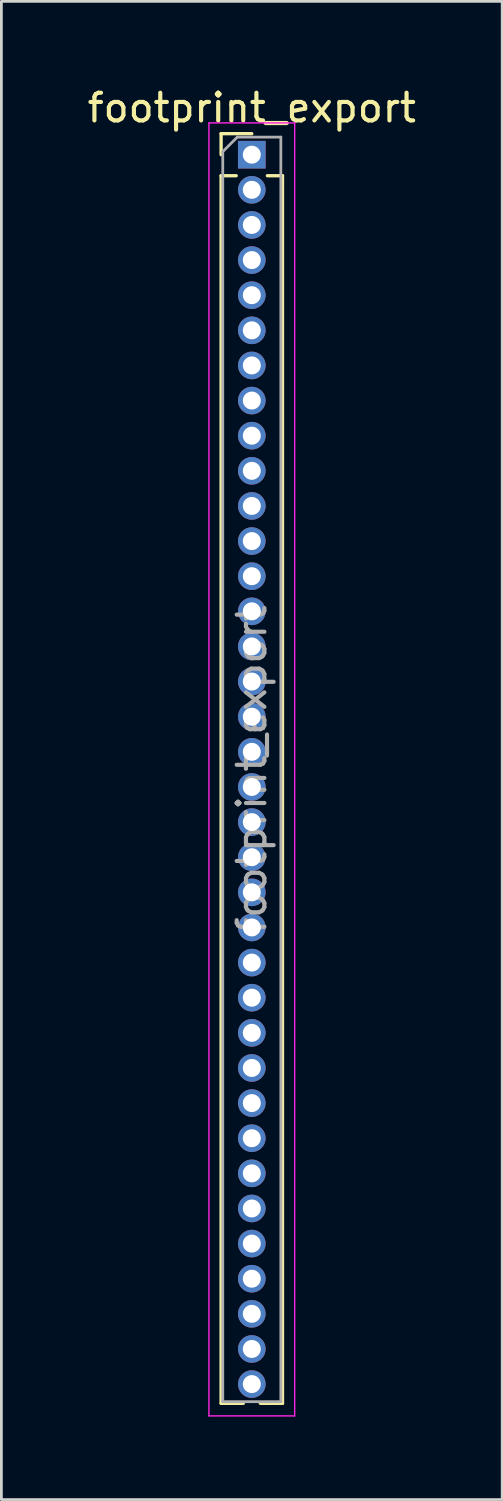
<source format=kicad_pcb>
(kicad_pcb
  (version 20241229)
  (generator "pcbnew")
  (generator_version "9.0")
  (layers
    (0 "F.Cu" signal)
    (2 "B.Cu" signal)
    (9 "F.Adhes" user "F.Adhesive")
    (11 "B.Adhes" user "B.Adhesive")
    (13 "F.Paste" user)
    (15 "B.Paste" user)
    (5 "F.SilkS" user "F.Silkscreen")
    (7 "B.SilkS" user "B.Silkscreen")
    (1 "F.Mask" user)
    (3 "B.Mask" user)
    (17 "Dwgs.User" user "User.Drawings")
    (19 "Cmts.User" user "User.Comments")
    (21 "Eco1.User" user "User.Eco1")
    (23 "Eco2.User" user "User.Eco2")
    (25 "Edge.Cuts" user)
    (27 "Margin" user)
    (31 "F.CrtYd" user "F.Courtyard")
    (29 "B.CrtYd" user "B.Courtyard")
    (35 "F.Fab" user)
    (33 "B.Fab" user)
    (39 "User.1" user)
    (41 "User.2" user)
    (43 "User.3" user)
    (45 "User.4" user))
  (footprint "footprint_export"
    (layer "F.Cu")
    (at 6.054 2.543)
    (property "Reference" "footprint_export" (at 0 -1.695 0) (layer "F.SilkS") (effects (font (size 1 1) (thickness 0.15))))
    (attr through_hole)
    (fp_line (start -1.11 -0.76) (end 0 -0.76) (stroke (width 0.12) (type solid)) (layer "F.SilkS"))
    (fp_line (start -1.11 0) (end -1.11 -0.76) (stroke (width 0.12) (type solid)) (layer "F.SilkS"))
    (fp_line (start -1.11 0.76) (end -1.11 45.145) (stroke (width 0.12) (type solid)) (layer "F.SilkS"))
    (fp_line (start -1.11 0.76) (end -0.563 0.76) (stroke (width 0.12) (type solid)) (layer "F.SilkS"))
    (fp_line (start -1.11 45.145) (end -0.308 45.145) (stroke (width 0.12) (type solid)) (layer "F.SilkS"))
    (fp_line (start 0.308 45.145) (end 1.11 45.145) (stroke (width 0.12) (type solid)) (layer "F.SilkS"))
    (fp_line (start 0.563 0.76) (end 1.11 0.76) (stroke (width 0.12) (type solid)) (layer "F.SilkS"))
    (fp_line (start 1.11 0.76) (end 1.11 45.145) (stroke (width 0.12) (type solid)) (layer "F.SilkS"))
    (fp_line (start -1.55 -1.15) (end -1.55 45.6) (stroke (width 0.05) (type solid)) (layer "F.CrtYd"))
    (fp_line (start -1.55 45.6) (end 1.55 45.6) (stroke (width 0.05) (type solid)) (layer "F.CrtYd"))
    (fp_line (start 1.55 -1.15) (end -1.55 -1.15) (stroke (width 0.05) (type solid)) (layer "F.CrtYd"))
    (fp_line (start 1.55 45.6) (end 1.55 -1.15) (stroke (width 0.05) (type solid)) (layer "F.CrtYd"))
    (fp_line (start -1.05 -0.11) (end -0.525 -0.635) (stroke (width 0.1) (type solid)) (layer "F.Fab"))
    (fp_line (start -1.05 45.085) (end -1.05 -0.11) (stroke (width 0.1) (type solid)) (layer "F.Fab"))
    (fp_line (start -0.525 -0.635) (end 1.05 -0.635) (stroke (width 0.1) (type solid)) (layer "F.Fab"))
    (fp_line (start 1.05 -0.635) (end 1.05 45.085) (stroke (width 0.1) (type solid)) (layer "F.Fab"))
    (fp_line (start 1.05 45.085) (end -1.05 45.085) (stroke (width 0.1) (type solid)) (layer "F.Fab"))
    (fp_text user "${REFERENCE}" (at 0 22.225 90) (layer "F.Fab") (effects (font (size 1 1) (thickness 0.15))))
    (pad "1" thru_hole rect (at 0 0) (size 1 1) (drill 0.65) (layers "*.Cu" "*.Mask"))
    (pad "2" thru_hole oval (at 0 1.27) (size 1 1) (drill 0.65) (layers "*.Cu" "*.Mask"))
    (pad "3" thru_hole oval (at 0 2.54) (size 1 1) (drill 0.65) (layers "*.Cu" "*.Mask"))
    (pad "4" thru_hole oval (at 0 3.81) (size 1 1) (drill 0.65) (layers "*.Cu" "*.Mask"))
    (pad "5" thru_hole oval (at 0 5.08) (size 1 1) (drill 0.65) (layers "*.Cu" "*.Mask"))
    (pad "6" thru_hole oval (at 0 6.35) (size 1 1) (drill 0.65) (layers "*.Cu" "*.Mask"))
    (pad "7" thru_hole oval (at 0 7.62) (size 1 1) (drill 0.65) (layers "*.Cu" "*.Mask"))
    (pad "8" thru_hole oval (at 0 8.89) (size 1 1) (drill 0.65) (layers "*.Cu" "*.Mask"))
    (pad "9" thru_hole oval (at 0 10.16) (size 1 1) (drill 0.65) (layers "*.Cu" "*.Mask"))
    (pad "10" thru_hole oval (at 0 11.43) (size 1 1) (drill 0.65) (layers "*.Cu" "*.Mask"))
    (pad "11" thru_hole oval (at 0 12.7) (size 1 1) (drill 0.65) (layers "*.Cu" "*.Mask"))
    (pad "12" thru_hole oval (at 0 13.97) (size 1 1) (drill 0.65) (layers "*.Cu" "*.Mask"))
    (pad "13" thru_hole oval (at 0 15.24) (size 1 1) (drill 0.65) (layers "*.Cu" "*.Mask"))
    (pad "14" thru_hole oval (at 0 16.51) (size 1 1) (drill 0.65) (layers "*.Cu" "*.Mask"))
    (pad "15" thru_hole oval (at 0 17.78) (size 1 1) (drill 0.65) (layers "*.Cu" "*.Mask"))
    (pad "16" thru_hole oval (at 0 19.05) (size 1 1) (drill 0.65) (layers "*.Cu" "*.Mask"))
    (pad "17" thru_hole oval (at 0 20.32) (size 1 1) (drill 0.65) (layers "*.Cu" "*.Mask"))
    (pad "18" thru_hole oval (at 0 21.59) (size 1 1) (drill 0.65) (layers "*.Cu" "*.Mask"))
    (pad "19" thru_hole oval (at 0 22.86) (size 1 1) (drill 0.65) (layers "*.Cu" "*.Mask"))
    (pad "20" thru_hole oval (at 0 24.13) (size 1 1) (drill 0.65) (layers "*.Cu" "*.Mask"))
    (pad "21" thru_hole oval (at 0 25.4) (size 1 1) (drill 0.65) (layers "*.Cu" "*.Mask"))
    (pad "22" thru_hole oval (at 0 26.67) (size 1 1) (drill 0.65) (layers "*.Cu" "*.Mask"))
    (pad "23" thru_hole oval (at 0 27.94) (size 1 1) (drill 0.65) (layers "*.Cu" "*.Mask"))
    (pad "24" thru_hole oval (at 0 29.21) (size 1 1) (drill 0.65) (layers "*.Cu" "*.Mask"))
    (pad "25" thru_hole oval (at 0 30.48) (size 1 1) (drill 0.65) (layers "*.Cu" "*.Mask"))
    (pad "26" thru_hole oval (at 0 31.75) (size 1 1) (drill 0.65) (layers "*.Cu" "*.Mask"))
    (pad "27" thru_hole oval (at 0 33.02) (size 1 1) (drill 0.65) (layers "*.Cu" "*.Mask"))
    (pad "28" thru_hole oval (at 0 34.29) (size 1 1) (drill 0.65) (layers "*.Cu" "*.Mask"))
    (pad "29" thru_hole oval (at 0 35.56) (size 1 1) (drill 0.65) (layers "*.Cu" "*.Mask"))
    (pad "30" thru_hole oval (at 0 36.83) (size 1 1) (drill 0.65) (layers "*.Cu" "*.Mask"))
    (pad "31" thru_hole oval (at 0 38.1) (size 1 1) (drill 0.65) (layers "*.Cu" "*.Mask"))
    (pad "32" thru_hole oval (at 0 39.37) (size 1 1) (drill 0.65) (layers "*.Cu" "*.Mask"))
    (pad "33" thru_hole oval (at 0 40.64) (size 1 1) (drill 0.65) (layers "*.Cu" "*.Mask"))
    (pad "34" thru_hole oval (at 0 41.91) (size 1 1) (drill 0.65) (layers "*.Cu" "*.Mask"))
    (pad "35" thru_hole oval (at 0 43.18) (size 1 1) (drill 0.65) (layers "*.Cu" "*.Mask"))
    (pad "36" thru_hole oval (at 0 44.45) (size 1 1) (drill 0.65) (layers "*.Cu" "*.Mask")))
  (gr_rect
    (start -3 -3)
    (end 15.107 51.168)
    (stroke (width 0.1) (type default))
    (fill no)
    (layer "Edge.Cuts")))
</source>
